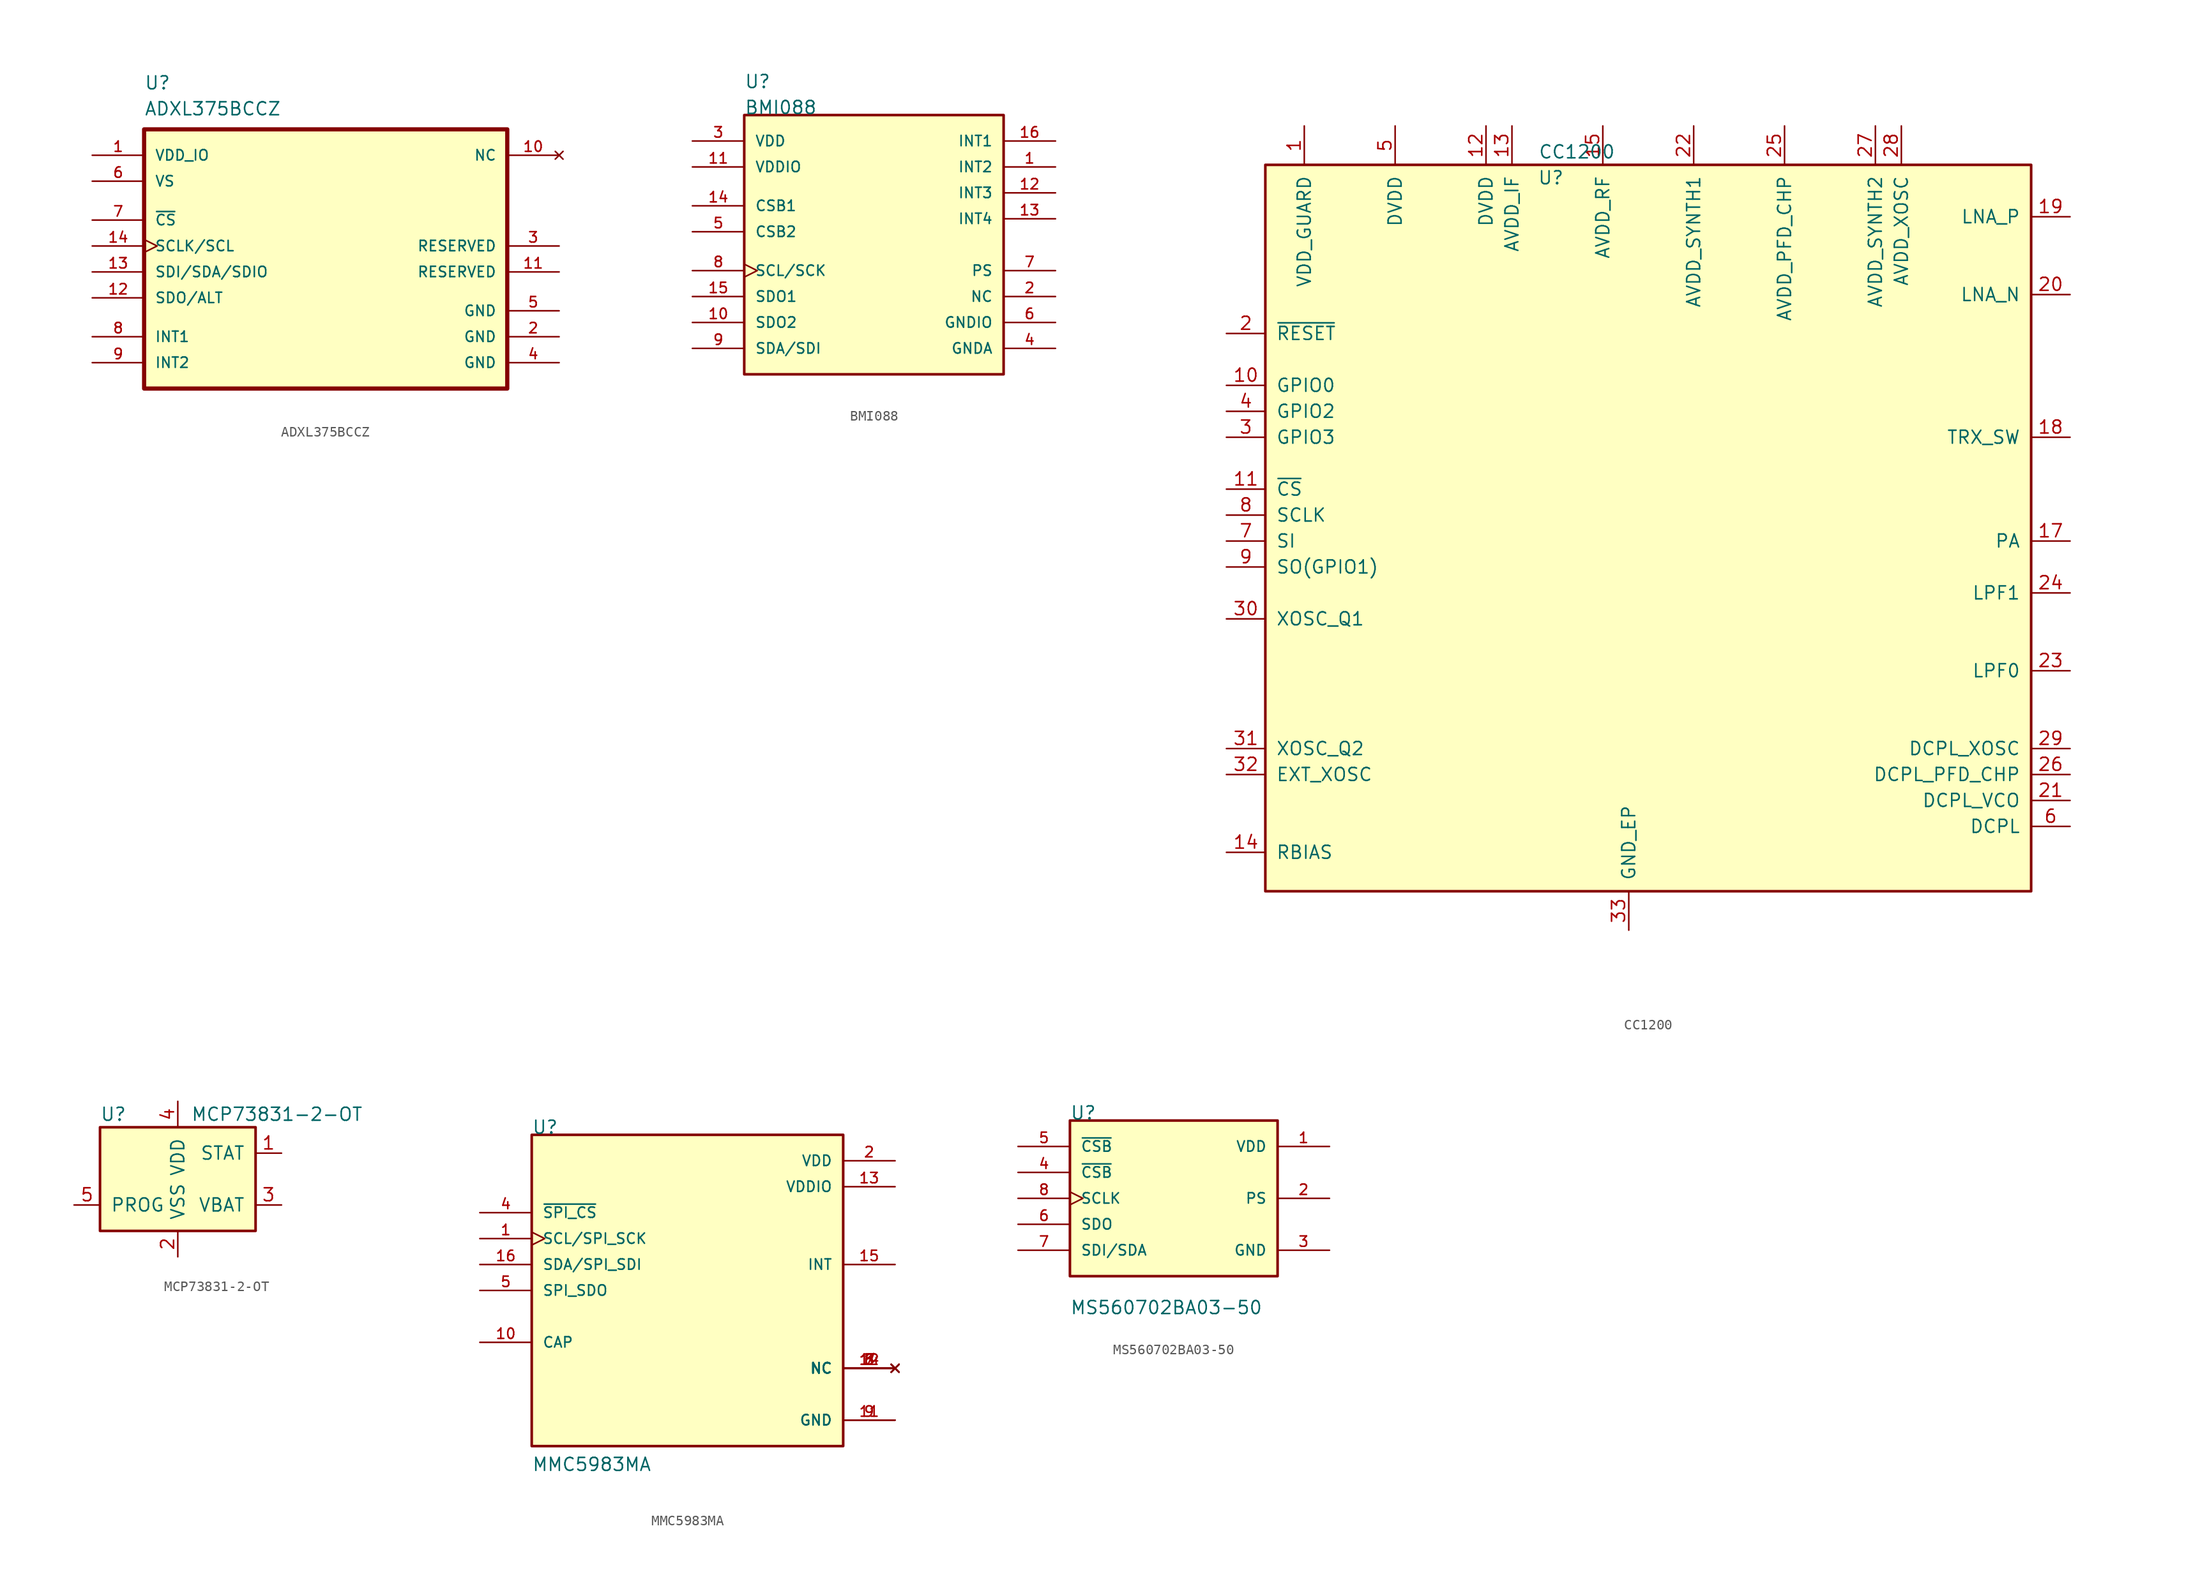
<source format=kicad_sym>
(kicad_symbol_lib
  (version 20220914)
  (generator kicad_symbol_editor)
  (symbol "ADXL375BCCZ"
    (pin_names
      (offset 1.016))
    (property "Reference" "U"
      (at -17.78 17.78 0)
      (effects (font (size 1.27 1.27)) (justify left bottom)))
    (property "Value" "ADXL375BCCZ"
      (at -17.78 15.24 0)
      (effects (font (size 1.27 1.27)) (justify left bottom)))
    (symbol "ADXL375BCCZ_0_0"
      (rectangle (start -17.78 13.97) (end 17.78 -11.43) (stroke (width 0.41) (type default)) (fill (type background)))
      (pin power_in line (at -22.86 11.43 0) (length 5.08) (name "VDD_IO" (effects (font (size 1.016 1.016)))) (number "1" (effects (font (size 1.016 1.016)))))
      (pin no_connect line (at 22.86 11.43 180) (length 5.08) (name "NC" (effects (font (size 1.016 1.016)))) (number "10" (effects (font (size 1.016 1.016)))))
      (pin bidirectional line (at 22.86 0 180) (length 5.08) (name "RESERVED" (effects (font (size 1.016 1.016)))) (number "11" (effects (font (size 1.016 1.016)))))
      (pin bidirectional line (at -22.86 -2.54 0) (length 5.08) (name "SDO/ALT" (effects (font (size 1.016 1.016)))) (number "12" (effects (font (size 1.016 1.016)))))
      (pin bidirectional line (at -22.86 0 0) (length 5.08) (name "SDI/SDA/SDIO" (effects (font (size 1.016 1.016)))) (number "13" (effects (font (size 1.016 1.016)))))
      (pin input clock (at -22.86 2.54 0) (length 5.08) (name "SCLK/SCL" (effects (font (size 1.016 1.016)))) (number "14" (effects (font (size 1.016 1.016)))))
      (pin power_in line (at 22.86 -6.35 180) (length 5.08) (name "GND" (effects (font (size 1.016 1.016)))) (number "2" (effects (font (size 1.016 1.016)))))
      (pin bidirectional line (at 22.86 2.54 180) (length 5.08) (name "RESERVED" (effects (font (size 1.016 1.016)))) (number "3" (effects (font (size 1.016 1.016)))))
      (pin power_in line (at 22.86 -8.89 180) (length 5.08) (name "GND" (effects (font (size 1.016 1.016)))) (number "4" (effects (font (size 1.016 1.016)))))
      (pin power_in line (at 22.86 -3.81 180) (length 5.08) (name "GND" (effects (font (size 1.016 1.016)))) (number "5" (effects (font (size 1.016 1.016)))))
      (pin bidirectional line (at -22.86 8.89 0) (length 5.08) (name "VS" (effects (font (size 1.016 1.016)))) (number "6" (effects (font (size 1.016 1.016)))))
      (pin bidirectional line (at -22.86 5.08 0) (length 5.08) (name "~{CS}" (effects (font (size 1.016 1.016)))) (number "7" (effects (font (size 1.016 1.016)))))
      (pin input line (at -22.86 -6.35 0) (length 5.08) (name "INT1" (effects (font (size 1.016 1.016)))) (number "8" (effects (font (size 1.016 1.016)))))
      (pin input line (at -22.86 -8.89 0) (length 5.08) (name "INT2" (effects (font (size 1.016 1.016)))) (number "9" (effects (font (size 1.016 1.016)))))))
  (symbol "BMI088"
    (pin_names
      (offset 1.016))
    (property "Reference" "U"
      (at -12.7 20.32 0)
      (effects (font (size 1.27 1.27)) (justify left bottom)))
    (property "Value" "BMI088"
      (at -12.7 17.78 0)
      (effects (font (size 1.27 1.27)) (justify left bottom)))
    (symbol "BMI088_0_0"
      (rectangle (start -12.7 17.78) (end 12.7 -7.62) (stroke (width 0.254) (type default)) (fill (type background)))
      (pin bidirectional line (at 17.78 12.7 180) (length 5.08) (name "INT2" (effects (font (size 1.016 1.016)))) (number "1" (effects (font (size 1.016 1.016)))))
      (pin output line (at -17.78 -2.54 0) (length 5.08) (name "SDO2" (effects (font (size 1.016 1.016)))) (number "10" (effects (font (size 1.016 1.016)))))
      (pin power_in line (at -17.78 12.7 0) (length 5.08) (name "VDDIO" (effects (font (size 1.016 1.016)))) (number "11" (effects (font (size 1.016 1.016)))))
      (pin bidirectional line (at 17.78 10.16 180) (length 5.08) (name "INT3" (effects (font (size 1.016 1.016)))) (number "12" (effects (font (size 1.016 1.016)))))
      (pin bidirectional line (at 17.78 7.62 180) (length 5.08) (name "INT4" (effects (font (size 1.016 1.016)))) (number "13" (effects (font (size 1.016 1.016)))))
      (pin input line (at -17.78 8.89 0) (length 5.08) (name "CSB1" (effects (font (size 1.016 1.016)))) (number "14" (effects (font (size 1.016 1.016)))))
      (pin output line (at -17.78 0 0) (length 5.08) (name "SDO1" (effects (font (size 1.016 1.016)))) (number "15" (effects (font (size 1.016 1.016)))))
      (pin bidirectional line (at 17.78 15.24 180) (length 5.08) (name "INT1" (effects (font (size 1.016 1.016)))) (number "16" (effects (font (size 1.016 1.016)))))
      (pin passive line (at 17.78 0 180) (length 5.08) (name "NC" (effects (font (size 1.016 1.016)))) (number "2" (effects (font (size 1.016 1.016)))))
      (pin power_in line (at -17.78 15.24 0) (length 5.08) (name "VDD" (effects (font (size 1.016 1.016)))) (number "3" (effects (font (size 1.016 1.016)))))
      (pin power_in line (at 17.78 -5.08 180) (length 5.08) (name "GNDA" (effects (font (size 1.016 1.016)))) (number "4" (effects (font (size 1.016 1.016)))))
      (pin input line (at -17.78 6.35 0) (length 5.08) (name "CSB2" (effects (font (size 1.016 1.016)))) (number "5" (effects (font (size 1.016 1.016)))))
      (pin power_in line (at 17.78 -2.54 180) (length 5.08) (name "GNDIO" (effects (font (size 1.016 1.016)))) (number "6" (effects (font (size 1.016 1.016)))))
      (pin input line (at 17.78 2.54 180) (length 5.08) (name "PS" (effects (font (size 1.016 1.016)))) (number "7" (effects (font (size 1.016 1.016)))))
      (pin input clock (at -17.78 2.54 0) (length 5.08) (name "SCL/SCK" (effects (font (size 1.016 1.016)))) (number "8" (effects (font (size 1.016 1.016)))))
      (pin bidirectional line (at -17.78 -5.08 0) (length 5.08) (name "SDA/SDI" (effects (font (size 1.016 1.016)))) (number "9" (effects (font (size 1.016 1.016)))))))
  (symbol "CC1200"
    (pin_names
      (offset 1.016))
    (property "Reference" "U"
      (at 13.97 26.67 0)
      (effects (font (size 1.27 1.27))))
    (property "Value" "CC1200"
      (at 16.51 29.21 0)
      (effects (font (size 1.27 1.27))))
    (symbol "CC1200_0_1"
      (rectangle (start -13.97 27.94) (end 60.96 -43.18) (stroke (width 0.254) (type default)) (fill (type background))))
    (symbol "CC1200_1_1"
      (pin power_in line (at -10.16 31.75 270) (length 3.81) (name "VDD_GUARD" (effects (font (size 1.27 1.27)))) (number "1" (effects (font (size 1.27 1.27)))))
      (pin bidirectional line (at -17.78 6.35 0) (length 3.81) (name "GPIO0" (effects (font (size 1.27 1.27)))) (number "10" (effects (font (size 1.27 1.27)))))
      (pin input line (at -17.78 -3.81 0) (length 3.81) (name "~{CS}" (effects (font (size 1.27 1.27)))) (number "11" (effects (font (size 1.27 1.27)))))
      (pin power_in line (at 7.62 31.75 270) (length 3.81) (name "DVDD" (effects (font (size 1.27 1.27)))) (number "12" (effects (font (size 1.27 1.27)))))
      (pin power_in line (at 10.16 31.75 270) (length 3.81) (name "AVDD_IF" (effects (font (size 1.27 1.27)))) (number "13" (effects (font (size 1.27 1.27)))))
      (pin passive line (at -17.78 -39.37 0) (length 3.81) (name "RBIAS" (effects (font (size 1.27 1.27)))) (number "14" (effects (font (size 1.27 1.27)))))
      (pin power_in line (at 19.05 31.75 270) (length 3.81) (name "AVDD_RF" (effects (font (size 1.27 1.27)))) (number "15" (effects (font (size 1.27 1.27)))))
      (pin no_connect line (at 8.89 -45.72 90) (length 2.54) hide (name "nc" (effects (font (size 1.27 1.27)))) (number "16" (effects (font (size 1.27 1.27)))))
      (pin passive line (at 64.77 -8.89 180) (length 3.81) (name "PA" (effects (font (size 1.27 1.27)))) (number "17" (effects (font (size 1.27 1.27)))))
      (pin passive line (at 64.77 1.27 180) (length 3.81) (name "TRX_SW" (effects (font (size 1.27 1.27)))) (number "18" (effects (font (size 1.27 1.27)))))
      (pin passive line (at 64.77 22.86 180) (length 3.81) (name "LNA_P" (effects (font (size 1.27 1.27)))) (number "19" (effects (font (size 1.27 1.27)))))
      (pin input line (at -17.78 11.43 0) (length 3.81) (name "~{RESET}" (effects (font (size 1.27 1.27)))) (number "2" (effects (font (size 1.27 1.27)))))
      (pin passive line (at 64.77 15.24 180) (length 3.81) (name "LNA_N" (effects (font (size 1.27 1.27)))) (number "20" (effects (font (size 1.27 1.27)))))
      (pin power_out line (at 64.77 -34.29 180) (length 3.81) (name "DCPL_VCO" (effects (font (size 1.27 1.27)))) (number "21" (effects (font (size 1.27 1.27)))))
      (pin power_in line (at 27.94 31.75 270) (length 3.81) (name "AVDD_SYNTH1" (effects (font (size 1.27 1.27)))) (number "22" (effects (font (size 1.27 1.27)))))
      (pin passive line (at 64.77 -21.59 180) (length 3.81) (name "LPF0" (effects (font (size 1.27 1.27)))) (number "23" (effects (font (size 1.27 1.27)))))
      (pin passive line (at 64.77 -13.97 180) (length 3.81) (name "LPF1" (effects (font (size 1.27 1.27)))) (number "24" (effects (font (size 1.27 1.27)))))
      (pin power_in line (at 36.83 31.75 270) (length 3.81) (name "AVDD_PFD_CHP" (effects (font (size 1.27 1.27)))) (number "25" (effects (font (size 1.27 1.27)))))
      (pin power_out line (at 64.77 -31.75 180) (length 3.81) (name "DCPL_PFD_CHP" (effects (font (size 1.27 1.27)))) (number "26" (effects (font (size 1.27 1.27)))))
      (pin power_in line (at 45.72 31.75 270) (length 3.81) (name "AVDD_SYNTH2" (effects (font (size 1.27 1.27)))) (number "27" (effects (font (size 1.27 1.27)))))
      (pin power_in line (at 48.26 31.75 270) (length 3.81) (name "AVDD_XOSC" (effects (font (size 1.27 1.27)))) (number "28" (effects (font (size 1.27 1.27)))))
      (pin power_out line (at 64.77 -29.21 180) (length 3.81) (name "DCPL_XOSC" (effects (font (size 1.27 1.27)))) (number "29" (effects (font (size 1.27 1.27)))))
      (pin bidirectional line (at -17.78 1.27 0) (length 3.81) (name "GPIO3" (effects (font (size 1.27 1.27)))) (number "3" (effects (font (size 1.27 1.27)))))
      (pin passive line (at -17.78 -16.51 0) (length 3.81) (name "XOSC_Q1" (effects (font (size 1.27 1.27)))) (number "30" (effects (font (size 1.27 1.27)))))
      (pin passive line (at -17.78 -29.21 0) (length 3.81) (name "XOSC_Q2" (effects (font (size 1.27 1.27)))) (number "31" (effects (font (size 1.27 1.27)))))
      (pin input line (at -17.78 -31.75 0) (length 3.81) (name "EXT_XOSC" (effects (font (size 1.27 1.27)))) (number "32" (effects (font (size 1.27 1.27)))))
      (pin power_in line (at 21.59 -46.99 90) (length 3.81) (name "GND_EP" (effects (font (size 1.27 1.27)))) (number "33" (effects (font (size 1.27 1.27)))))
      (pin bidirectional line (at -17.78 3.81 0) (length 3.81) (name "GPIO2" (effects (font (size 1.27 1.27)))) (number "4" (effects (font (size 1.27 1.27)))))
      (pin power_in line (at -1.27 31.75 270) (length 3.81) (name "DVDD" (effects (font (size 1.27 1.27)))) (number "5" (effects (font (size 1.27 1.27)))))
      (pin power_out line (at 64.77 -36.83 180) (length 3.81) (name "DCPL" (effects (font (size 1.27 1.27)))) (number "6" (effects (font (size 1.27 1.27)))))
      (pin input line (at -17.78 -8.89 0) (length 3.81) (name "SI" (effects (font (size 1.27 1.27)))) (number "7" (effects (font (size 1.27 1.27)))))
      (pin input line (at -17.78 -6.35 0) (length 3.81) (name "SCLK" (effects (font (size 1.27 1.27)))) (number "8" (effects (font (size 1.27 1.27)))))
      (pin bidirectional line (at -17.78 -11.43 0) (length 3.81) (name "SO(GPIO1)" (effects (font (size 1.27 1.27)))) (number "9" (effects (font (size 1.27 1.27)))))))
  (symbol "MCP73831-2-OT"
    (pin_names
      (offset 1.016))
    (property "Reference" "U"
      (at -7.62 6.35 0)
      (effects (font (size 1.27 1.27)) (justify left)))
    (property "Value" "MCP73831-2-OT"
      (at 1.27 6.35 0)
      (effects (font (size 1.27 1.27)) (justify left)))
    (symbol "MCP73831-2-OT_0_1"
      (rectangle (start -7.62 5.08) (end 7.62 -5.08) (stroke (width 0.254) (type default)) (fill (type background))))
    (symbol "MCP73831-2-OT_1_1"
      (pin output line (at 10.16 2.54 180) (length 2.54) (name "STAT" (effects (font (size 1.27 1.27)))) (number "1" (effects (font (size 1.27 1.27)))))
      (pin power_in line (at 0 -7.62 90) (length 2.54) (name "VSS" (effects (font (size 1.27 1.27)))) (number "2" (effects (font (size 1.27 1.27)))))
      (pin power_out line (at 10.16 -2.54 180) (length 2.54) (name "VBAT" (effects (font (size 1.27 1.27)))) (number "3" (effects (font (size 1.27 1.27)))))
      (pin power_in line (at 0 7.62 270) (length 2.54) (name "VDD" (effects (font (size 1.27 1.27)))) (number "4" (effects (font (size 1.27 1.27)))))
      (pin tri_state line (at -10.16 -2.54 0) (length 2.54) (name "PROG" (effects (font (size 1.27 1.27)))) (number "5" (effects (font (size 1.27 1.27)))))))
  (symbol "MMC5983MA"
    (pin_names
      (offset 1.016))
    (property "Reference" "U"
      (at -15.24 15.24 0)
      (effects (font (size 1.27 1.27)) (justify left bottom)))
    (property "Value" "MMC5983MA"
      (at -15.24 -17.78 0)
      (effects (font (size 1.27 1.27)) (justify left bottom)))
    (symbol "MMC5983MA_0_0"
      (rectangle (start -15.24 -15.24) (end 15.24 15.24) (stroke (width 0.254) (type default)) (fill (type background)))
      (pin input clock (at -20.32 5.08 0) (length 5.08) (name "SCL/SPI_SCK" (effects (font (size 1.016 1.016)))) (number "1" (effects (font (size 1.016 1.016)))))
      (pin passive line (at -20.32 -5.08 0) (length 5.08) (name "CAP" (effects (font (size 1.016 1.016)))) (number "10" (effects (font (size 1.016 1.016)))))
      (pin power_in line (at 20.32 -12.7 180) (length 5.08) (name "GND" (effects (font (size 1.016 1.016)))) (number "11" (effects (font (size 1.016 1.016)))))
      (pin no_connect line (at 20.32 -7.62 180) (length 5.08) (name "NC" (effects (font (size 1.016 1.016)))) (number "12" (effects (font (size 1.016 1.016)))))
      (pin power_in line (at 20.32 10.16 180) (length 5.08) (name "VDDIO" (effects (font (size 1.016 1.016)))) (number "13" (effects (font (size 1.016 1.016)))))
      (pin no_connect line (at 20.32 -7.62 180) (length 5.08) (name "NC" (effects (font (size 1.016 1.016)))) (number "14" (effects (font (size 1.016 1.016)))))
      (pin output line (at 20.32 2.54 180) (length 5.08) (name "INT" (effects (font (size 1.016 1.016)))) (number "15" (effects (font (size 1.016 1.016)))))
      (pin bidirectional line (at -20.32 2.54 0) (length 5.08) (name "SDA/SPI_SDI" (effects (font (size 1.016 1.016)))) (number "16" (effects (font (size 1.016 1.016)))))
      (pin power_in line (at 20.32 12.7 180) (length 5.08) (name "VDD" (effects (font (size 1.016 1.016)))) (number "2" (effects (font (size 1.016 1.016)))))
      (pin no_connect line (at 20.32 -7.62 180) (length 5.08) (name "NC" (effects (font (size 1.016 1.016)))) (number "3" (effects (font (size 1.016 1.016)))))
      (pin input line (at -20.32 7.62 0) (length 5.08) (name "~{SPI_CS}" (effects (font (size 1.016 1.016)))) (number "4" (effects (font (size 1.016 1.016)))))
      (pin output line (at -20.32 0 0) (length 5.08) (name "SPI_SDO" (effects (font (size 1.016 1.016)))) (number "5" (effects (font (size 1.016 1.016)))))
      (pin no_connect line (at 20.32 -7.62 180) (length 5.08) (name "NC" (effects (font (size 1.016 1.016)))) (number "6" (effects (font (size 1.016 1.016)))))
      (pin no_connect line (at 20.32 -7.62 180) (length 5.08) (name "NC" (effects (font (size 1.016 1.016)))) (number "7" (effects (font (size 1.016 1.016)))))
      (pin no_connect line (at 20.32 -7.62 180) (length 5.08) (name "NC" (effects (font (size 1.016 1.016)))) (number "8" (effects (font (size 1.016 1.016)))))
      (pin power_in line (at 20.32 -12.7 180) (length 5.08) (name "GND" (effects (font (size 1.016 1.016)))) (number "9" (effects (font (size 1.016 1.016)))))))
  (symbol "MS560702BA03-50"
    (pin_names
      (offset 1.016))
    (property "Reference" "U"
      (at -10.16 8.89 0)
      (effects (font (size 1.27 1.27)) (justify left bottom)))
    (property "Value" "MS560702BA03-50"
      (at -10.168 -10.168 0)
      (effects (font (size 1.27 1.27)) (justify left bottom)))
    (symbol "MS560702BA03-50_0_0"
      (rectangle (start -10.16 8.89) (end 10.16 -6.35) (stroke (width 0.254) (type default)) (fill (type background)))
      (pin power_in line (at 15.24 6.35 180) (length 5.08) (name "VDD" (effects (font (size 1.016 1.016)))) (number "1" (effects (font (size 1.016 1.016)))))
      (pin input line (at 15.24 1.27 180) (length 5.08) (name "PS" (effects (font (size 1.016 1.016)))) (number "2" (effects (font (size 1.016 1.016)))))
      (pin power_in line (at 15.24 -3.81 180) (length 5.08) (name "GND" (effects (font (size 1.016 1.016)))) (number "3" (effects (font (size 1.016 1.016)))))
      (pin input line (at -15.24 3.81 0) (length 5.08) (name "~{CSB}" (effects (font (size 1.016 1.016)))) (number "4" (effects (font (size 1.016 1.016)))))
      (pin input line (at -15.24 6.35 0) (length 5.08) (name "~{CSB}" (effects (font (size 1.016 1.016)))) (number "5" (effects (font (size 1.016 1.016)))))
      (pin output line (at -15.24 -1.27 0) (length 5.08) (name "SDO" (effects (font (size 1.016 1.016)))) (number "6" (effects (font (size 1.016 1.016)))))
      (pin bidirectional line (at -15.24 -3.81 0) (length 5.08) (name "SDI/SDA" (effects (font (size 1.016 1.016)))) (number "7" (effects (font (size 1.016 1.016)))))
      (pin input clock (at -15.24 1.27 0) (length 5.08) (name "SCLK" (effects (font (size 1.016 1.016)))) (number "8" (effects (font (size 1.016 1.016))))))))
</source>
